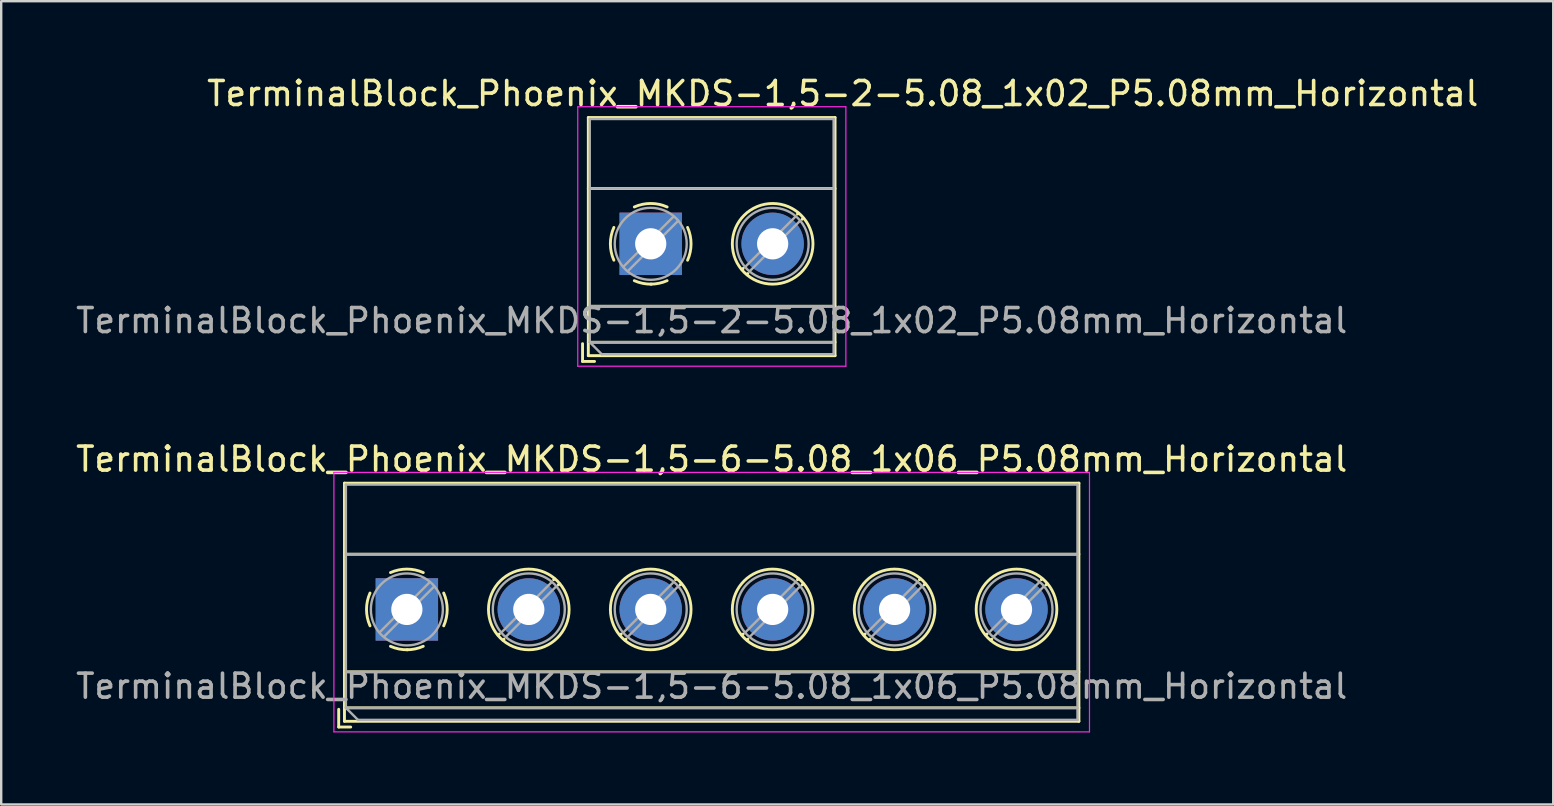
<source format=kicad_pcb>
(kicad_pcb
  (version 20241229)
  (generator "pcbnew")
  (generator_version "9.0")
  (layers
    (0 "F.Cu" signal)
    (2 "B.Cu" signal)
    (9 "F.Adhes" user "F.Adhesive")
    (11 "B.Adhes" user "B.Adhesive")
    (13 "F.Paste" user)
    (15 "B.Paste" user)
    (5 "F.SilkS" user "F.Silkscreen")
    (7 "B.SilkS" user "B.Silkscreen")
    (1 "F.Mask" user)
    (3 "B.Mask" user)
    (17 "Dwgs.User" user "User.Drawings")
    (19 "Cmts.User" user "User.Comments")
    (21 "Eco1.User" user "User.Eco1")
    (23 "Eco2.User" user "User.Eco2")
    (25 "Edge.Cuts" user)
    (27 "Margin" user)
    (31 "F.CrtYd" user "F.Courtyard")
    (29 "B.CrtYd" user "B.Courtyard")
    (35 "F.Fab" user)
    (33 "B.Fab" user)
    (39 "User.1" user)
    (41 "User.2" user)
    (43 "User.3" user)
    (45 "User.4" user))
  (footprint "TerminalBlock_Phoenix_MKDS-1,5-6-5.08_1x06_P5.08mm_Horizontal"
    (layer "F.Cu")
    (at 13.901 22.341)
    (property "Reference" "TerminalBlock_Phoenix_MKDS-1,5-6-5.08_1x06_P5.08mm_Horizontal" (at 12.7 -6.26 0) (layer "F.SilkS") (effects (font (size 1 1) (thickness 0.15))))
    (attr through_hole)
    (fp_line (start -2.84 4.16) (end -2.84 4.9) (stroke (width 0.12) (type solid)) (layer "F.SilkS"))
    (fp_line (start -2.84 4.9) (end -2.34 4.9) (stroke (width 0.12) (type solid)) (layer "F.SilkS"))
    (fp_line (start -2.6 -5.261) (end -2.6 4.66) (stroke (width 0.12) (type solid)) (layer "F.SilkS"))
    (fp_line (start -2.6 -5.261) (end 28 -5.261) (stroke (width 0.12) (type solid)) (layer "F.SilkS"))
    (fp_line (start -2.6 -2.301) (end 28 -2.301) (stroke (width 0.12) (type solid)) (layer "F.SilkS"))
    (fp_line (start -2.6 2.6) (end 28 2.6) (stroke (width 0.12) (type solid)) (layer "F.SilkS"))
    (fp_line (start -2.6 4.1) (end 28 4.1) (stroke (width 0.12) (type solid)) (layer "F.SilkS"))
    (fp_line (start -2.6 4.66) (end 28 4.66) (stroke (width 0.12) (type solid)) (layer "F.SilkS"))
    (fp_line (start 3.853 1.023) (end 3.806 1.069) (stroke (width 0.12) (type solid)) (layer "F.SilkS"))
    (fp_line (start 4.046 1.239) (end 4.011 1.274) (stroke (width 0.12) (type solid)) (layer "F.SilkS"))
    (fp_line (start 6.15 -1.275) (end 6.115 -1.239) (stroke (width 0.12) (type solid)) (layer "F.SilkS"))
    (fp_line (start 6.355 -1.069) (end 6.308 -1.023) (stroke (width 0.12) (type solid)) (layer "F.SilkS"))
    (fp_line (start 8.933 1.023) (end 8.886 1.069) (stroke (width 0.12) (type solid)) (layer "F.SilkS"))
    (fp_line (start 9.126 1.239) (end 9.091 1.274) (stroke (width 0.12) (type solid)) (layer "F.SilkS"))
    (fp_line (start 11.23 -1.275) (end 11.195 -1.239) (stroke (width 0.12) (type solid)) (layer "F.SilkS"))
    (fp_line (start 11.435 -1.069) (end 11.388 -1.023) (stroke (width 0.12) (type solid)) (layer "F.SilkS"))
    (fp_line (start 14.013 1.023) (end 13.966 1.069) (stroke (width 0.12) (type solid)) (layer "F.SilkS"))
    (fp_line (start 14.206 1.239) (end 14.171 1.274) (stroke (width 0.12) (type solid)) (layer "F.SilkS"))
    (fp_line (start 16.31 -1.275) (end 16.275 -1.239) (stroke (width 0.12) (type solid)) (layer "F.SilkS"))
    (fp_line (start 16.515 -1.069) (end 16.468 -1.023) (stroke (width 0.12) (type solid)) (layer "F.SilkS"))
    (fp_line (start 19.093 1.023) (end 19.046 1.069) (stroke (width 0.12) (type solid)) (layer "F.SilkS"))
    (fp_line (start 19.286 1.239) (end 19.251 1.274) (stroke (width 0.12) (type solid)) (layer "F.SilkS"))
    (fp_line (start 21.39 -1.275) (end 21.355 -1.239) (stroke (width 0.12) (type solid)) (layer "F.SilkS"))
    (fp_line (start 21.595 -1.069) (end 21.548 -1.023) (stroke (width 0.12) (type solid)) (layer "F.SilkS"))
    (fp_line (start 24.173 1.023) (end 24.126 1.069) (stroke (width 0.12) (type solid)) (layer "F.SilkS"))
    (fp_line (start 24.366 1.239) (end 24.331 1.274) (stroke (width 0.12) (type solid)) (layer "F.SilkS"))
    (fp_line (start 26.47 -1.275) (end 26.435 -1.239) (stroke (width 0.12) (type solid)) (layer "F.SilkS"))
    (fp_line (start 26.675 -1.069) (end 26.628 -1.023) (stroke (width 0.12) (type solid)) (layer "F.SilkS"))
    (fp_line (start 28 -5.261) (end 28 4.66) (stroke (width 0.12) (type solid)) (layer "F.SilkS"))
    (fp_arc (start -1.535427 0.683042) (mid -1.680501 -0.000524) (end -1.535 -0.684) (stroke (width 0.12) (type solid)) (layer "F.SilkS"))
    (fp_arc (start -0.683042 -1.535427) (mid 0.000524 -1.680501) (end 0.684 -1.535) (stroke (width 0.12) (type solid)) (layer "F.SilkS"))
    (fp_arc (start 0.028805 1.680253) (mid -0.335551 1.646659) (end -0.684 1.535) (stroke (width 0.12) (type solid)) (layer "F.SilkS"))
    (fp_arc (start 0.683318 1.534756) (mid 0.349292 1.643288) (end 0 1.68) (stroke (width 0.12) (type solid)) (layer "F.SilkS"))
    (fp_arc (start 1.535427 -0.683042) (mid 1.680501 0.000524) (end 1.535 0.684) (stroke (width 0.12) (type solid)) (layer "F.SilkS"))
    (fp_circle (center 5.08 0) (end 6.76 0) (stroke (width 0.12) (type solid)) (fill no) (layer "F.SilkS"))
    (fp_circle (center 10.16 0) (end 11.84 0) (stroke (width 0.12) (type solid)) (fill no) (layer "F.SilkS"))
    (fp_circle (center 15.24 0) (end 16.92 0) (stroke (width 0.12) (type solid)) (fill no) (layer "F.SilkS"))
    (fp_circle (center 20.32 0) (end 22 0) (stroke (width 0.12) (type solid)) (fill no) (layer "F.SilkS"))
    (fp_circle (center 25.4 0) (end 27.08 0) (stroke (width 0.12) (type solid)) (fill no) (layer "F.SilkS"))
    (fp_line (start -3.04 -5.71) (end -3.04 5.1) (stroke (width 0.05) (type solid)) (layer "F.CrtYd"))
    (fp_line (start -3.04 5.1) (end 28.44 5.1) (stroke (width 0.05) (type solid)) (layer "F.CrtYd"))
    (fp_line (start 28.44 -5.71) (end -3.04 -5.71) (stroke (width 0.05) (type solid)) (layer "F.CrtYd"))
    (fp_line (start 28.44 5.1) (end 28.44 -5.71) (stroke (width 0.05) (type solid)) (layer "F.CrtYd"))
    (fp_line (start -2.54 -5.2) (end 27.94 -5.2) (stroke (width 0.1) (type solid)) (layer "F.Fab"))
    (fp_line (start -2.54 -2.3) (end 27.94 -2.3) (stroke (width 0.1) (type solid)) (layer "F.Fab"))
    (fp_line (start -2.54 2.6) (end 27.94 2.6) (stroke (width 0.1) (type solid)) (layer "F.Fab"))
    (fp_line (start -2.54 4.1) (end -2.54 -5.2) (stroke (width 0.1) (type solid)) (layer "F.Fab"))
    (fp_line (start -2.54 4.1) (end 27.94 4.1) (stroke (width 0.1) (type solid)) (layer "F.Fab"))
    (fp_line (start -2.04 4.6) (end -2.54 4.1) (stroke (width 0.1) (type solid)) (layer "F.Fab"))
    (fp_line (start 0.955 -1.138) (end -1.138 0.955) (stroke (width 0.1) (type solid)) (layer "F.Fab"))
    (fp_line (start 1.138 -0.955) (end -0.955 1.138) (stroke (width 0.1) (type solid)) (layer "F.Fab"))
    (fp_line (start 6.035 -1.138) (end 3.943 0.955) (stroke (width 0.1) (type solid)) (layer "F.Fab"))
    (fp_line (start 6.218 -0.955) (end 4.126 1.138) (stroke (width 0.1) (type solid)) (layer "F.Fab"))
    (fp_line (start 11.115 -1.138) (end 9.023 0.955) (stroke (width 0.1) (type solid)) (layer "F.Fab"))
    (fp_line (start 11.298 -0.955) (end 9.206 1.138) (stroke (width 0.1) (type solid)) (layer "F.Fab"))
    (fp_line (start 16.195 -1.138) (end 14.103 0.955) (stroke (width 0.1) (type solid)) (layer "F.Fab"))
    (fp_line (start 16.378 -0.955) (end 14.286 1.138) (stroke (width 0.1) (type solid)) (layer "F.Fab"))
    (fp_line (start 21.275 -1.138) (end 19.183 0.955) (stroke (width 0.1) (type solid)) (layer "F.Fab"))
    (fp_line (start 21.458 -0.955) (end 19.366 1.138) (stroke (width 0.1) (type solid)) (layer "F.Fab"))
    (fp_line (start 26.355 -1.138) (end 24.263 0.955) (stroke (width 0.1) (type solid)) (layer "F.Fab"))
    (fp_line (start 26.538 -0.955) (end 24.446 1.138) (stroke (width 0.1) (type solid)) (layer "F.Fab"))
    (fp_line (start 27.94 -5.2) (end 27.94 4.6) (stroke (width 0.1) (type solid)) (layer "F.Fab"))
    (fp_line (start 27.94 4.6) (end -2.04 4.6) (stroke (width 0.1) (type solid)) (layer "F.Fab"))
    (fp_circle (center 0 0) (end 1.5 0) (stroke (width 0.1) (type solid)) (fill no) (layer "F.Fab"))
    (fp_circle (center 5.08 0) (end 6.58 0) (stroke (width 0.1) (type solid)) (fill no) (layer "F.Fab"))
    (fp_circle (center 10.16 0) (end 11.66 0) (stroke (width 0.1) (type solid)) (fill no) (layer "F.Fab"))
    (fp_circle (center 15.24 0) (end 16.74 0) (stroke (width 0.1) (type solid)) (fill no) (layer "F.Fab"))
    (fp_circle (center 20.32 0) (end 21.82 0) (stroke (width 0.1) (type solid)) (fill no) (layer "F.Fab"))
    (fp_circle (center 25.4 0) (end 26.9 0) (stroke (width 0.1) (type solid)) (fill no) (layer "F.Fab"))
    (fp_text user "${REFERENCE}" (at 12.7 3.2 0) (layer "F.Fab") (effects (font (size 1 1) (thickness 0.15))))
    (pad "1" thru_hole rect (at 0 0) (size 2.6 2.6) (drill 1.3) (layers "*.Cu" "*.Mask"))
    (pad "2" thru_hole circle (at 5.08 0) (size 2.6 2.6) (drill 1.3) (layers "*.Cu" "*.Mask"))
    (pad "3" thru_hole circle (at 10.16 0) (size 2.6 2.6) (drill 1.3) (layers "*.Cu" "*.Mask"))
    (pad "4" thru_hole circle (at 15.24 0) (size 2.6 2.6) (drill 1.3) (layers "*.Cu" "*.Mask"))
    (pad "5" thru_hole circle (at 20.32 0) (size 2.6 2.6) (drill 1.3) (layers "*.Cu" "*.Mask"))
    (pad "6" thru_hole circle (at 25.4 0) (size 2.6 2.6) (drill 1.3) (layers "*.Cu" "*.Mask")))
  (footprint "TerminalBlock_Phoenix_MKDS-1,5-2-5.08_1x02_P5.08mm_Horizontal"
    (layer "F.Cu")
    (at 24.061 7.108)
    (property "Reference" "TerminalBlock_Phoenix_MKDS-1,5-2-5.08_1x02_P5.08mm_Horizontal" (at 8 -6.26 180) (layer "F.SilkS") (effects (font (size 1 1) (thickness 0.15))))
    (attr through_hole)
    (fp_line (start -2.84 4.16) (end -2.84 4.9) (stroke (width 0.12) (type solid)) (layer "F.SilkS"))
    (fp_line (start -2.84 4.9) (end -2.34 4.9) (stroke (width 0.12) (type solid)) (layer "F.SilkS"))
    (fp_line (start -2.6 -5.261) (end -2.6 4.66) (stroke (width 0.12) (type solid)) (layer "F.SilkS"))
    (fp_line (start -2.6 -5.261) (end 7.68 -5.261) (stroke (width 0.12) (type solid)) (layer "F.SilkS"))
    (fp_line (start -2.6 -2.301) (end 7.68 -2.301) (stroke (width 0.12) (type solid)) (layer "F.SilkS"))
    (fp_line (start -2.6 2.6) (end 7.68 2.6) (stroke (width 0.12) (type solid)) (layer "F.SilkS"))
    (fp_line (start -2.6 4.1) (end 7.68 4.1) (stroke (width 0.12) (type solid)) (layer "F.SilkS"))
    (fp_line (start -2.6 4.66) (end 7.68 4.66) (stroke (width 0.12) (type solid)) (layer "F.SilkS"))
    (fp_line (start 3.853 1.023) (end 3.806 1.069) (stroke (width 0.12) (type solid)) (layer "F.SilkS"))
    (fp_line (start 4.046 1.239) (end 4.011 1.274) (stroke (width 0.12) (type solid)) (layer "F.SilkS"))
    (fp_line (start 6.15 -1.275) (end 6.115 -1.239) (stroke (width 0.12) (type solid)) (layer "F.SilkS"))
    (fp_line (start 6.355 -1.069) (end 6.308 -1.023) (stroke (width 0.12) (type solid)) (layer "F.SilkS"))
    (fp_line (start 7.68 -5.261) (end 7.68 4.66) (stroke (width 0.12) (type solid)) (layer "F.SilkS"))
    (fp_arc (start -1.535427 0.683042) (mid -1.680501 -0.000524) (end -1.535 -0.684) (stroke (width 0.12) (type solid)) (layer "F.SilkS"))
    (fp_arc (start -0.683042 -1.535427) (mid 0.000524 -1.680501) (end 0.684 -1.535) (stroke (width 0.12) (type solid)) (layer "F.SilkS"))
    (fp_arc (start 0.028805 1.680253) (mid -0.335551 1.646659) (end -0.684 1.535) (stroke (width 0.12) (type solid)) (layer "F.SilkS"))
    (fp_arc (start 0.683318 1.534756) (mid 0.349292 1.643288) (end 0 1.68) (stroke (width 0.12) (type solid)) (layer "F.SilkS"))
    (fp_arc (start 1.535427 -0.683042) (mid 1.680501 0.000524) (end 1.535 0.684) (stroke (width 0.12) (type solid)) (layer "F.SilkS"))
    (fp_circle (center 5.08 0) (end 6.76 0) (stroke (width 0.12) (type solid)) (fill no) (layer "F.SilkS"))
    (fp_line (start -3.04 -5.71) (end -3.04 5.1) (stroke (width 0.05) (type solid)) (layer "F.CrtYd"))
    (fp_line (start -3.04 5.1) (end 8.13 5.1) (stroke (width 0.05) (type solid)) (layer "F.CrtYd"))
    (fp_line (start 8.13 -5.71) (end -3.04 -5.71) (stroke (width 0.05) (type solid)) (layer "F.CrtYd"))
    (fp_line (start 8.13 5.1) (end 8.13 -5.71) (stroke (width 0.05) (type solid)) (layer "F.CrtYd"))
    (fp_line (start -2.54 -5.2) (end 7.62 -5.2) (stroke (width 0.1) (type solid)) (layer "F.Fab"))
    (fp_line (start -2.54 -2.3) (end 7.62 -2.3) (stroke (width 0.1) (type solid)) (layer "F.Fab"))
    (fp_line (start -2.54 2.6) (end 7.62 2.6) (stroke (width 0.1) (type solid)) (layer "F.Fab"))
    (fp_line (start -2.54 4.1) (end -2.54 -5.2) (stroke (width 0.1) (type solid)) (layer "F.Fab"))
    (fp_line (start -2.54 4.1) (end 7.62 4.1) (stroke (width 0.1) (type solid)) (layer "F.Fab"))
    (fp_line (start -2.04 4.6) (end -2.54 4.1) (stroke (width 0.1) (type solid)) (layer "F.Fab"))
    (fp_line (start 0.955 -1.138) (end -1.138 0.955) (stroke (width 0.1) (type solid)) (layer "F.Fab"))
    (fp_line (start 1.138 -0.955) (end -0.955 1.138) (stroke (width 0.1) (type solid)) (layer "F.Fab"))
    (fp_line (start 6.035 -1.138) (end 3.943 0.955) (stroke (width 0.1) (type solid)) (layer "F.Fab"))
    (fp_line (start 6.218 -0.955) (end 4.126 1.138) (stroke (width 0.1) (type solid)) (layer "F.Fab"))
    (fp_line (start 7.62 -5.2) (end 7.62 4.6) (stroke (width 0.1) (type solid)) (layer "F.Fab"))
    (fp_line (start 7.62 4.6) (end -2.04 4.6) (stroke (width 0.1) (type solid)) (layer "F.Fab"))
    (fp_circle (center 0 0) (end 1.5 0) (stroke (width 0.1) (type solid)) (fill no) (layer "F.Fab"))
    (fp_circle (center 5.08 0) (end 6.58 0) (stroke (width 0.1) (type solid)) (fill no) (layer "F.Fab"))
    (fp_text user "${REFERENCE}" (at 2.54 3.2 180) (layer "F.Fab") (effects (font (size 1 1) (thickness 0.15))))
    (pad "1" thru_hole rect (at 0 0) (size 2.6 2.6) (drill 1.3) (layers "*.Cu" "*.Mask"))
    (pad "2" thru_hole circle (at 5.08 0) (size 2.6 2.6) (drill 1.3) (layers "*.Cu" "*.Mask")))
  (gr_rect
    (start -3 -3)
    (end 61.662 30.466)
    (stroke (width 0.1) (type default))
    (fill no)
    (layer "Edge.Cuts")))
</source>
